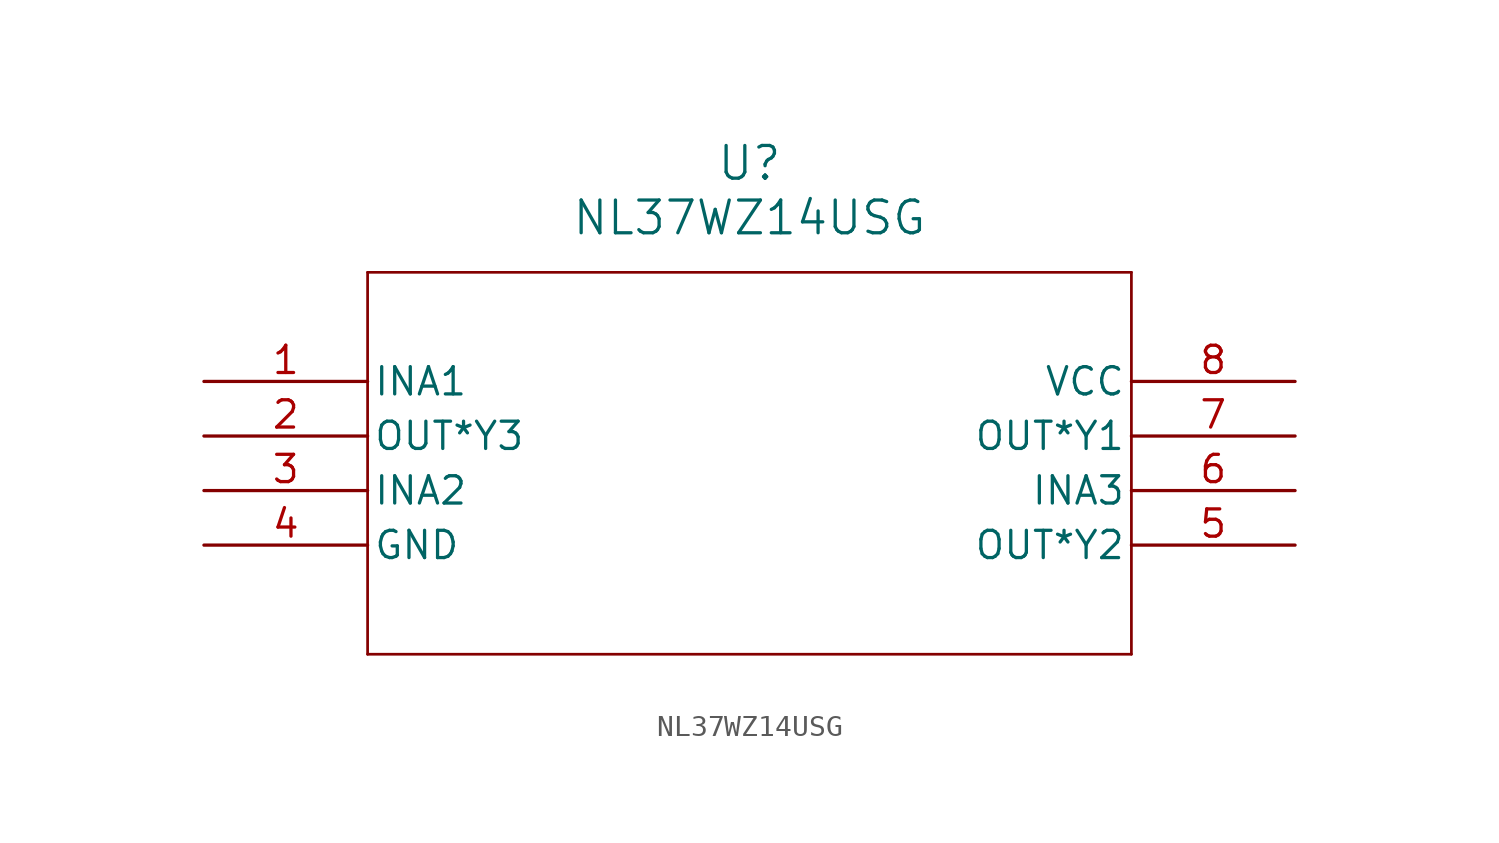
<source format=kicad_sym>
(kicad_symbol_lib
  (version 20211014)
  (generator kicad_symbol_editor)
  (symbol "NL37WZ14USG"
    (pin_names
      (offset 0.254))
    (property "Reference" "U"
      (at 25.4 10.16 0)
      (effects (font (size 1.524 1.524))))
    (property "Value" "NL37WZ14USG"
      (at 25.4 7.62 0)
      (effects (font (size 1.524 1.524))))
    (symbol "NL37WZ14USG_0_1"
      (polyline (pts (xy 7.62 5.08) (xy 7.62 -12.7)) (stroke (width 0.127) (type default) (color 0 0 0 0)) (fill (type none)))
      (polyline (pts (xy 7.62 -12.7) (xy 43.18 -12.7)) (stroke (width 0.127) (type default) (color 0 0 0 0)) (fill (type none)))
      (polyline (pts (xy 43.18 -12.7) (xy 43.18 5.08)) (stroke (width 0.127) (type default) (color 0 0 0 0)) (fill (type none)))
      (polyline (pts (xy 43.18 5.08) (xy 7.62 5.08)) (stroke (width 0.127) (type default) (color 0 0 0 0)) (fill (type none)))
      (pin input line (at 0 0 0) (length 7.62) (name "INA1" (effects (font (size 1.27 1.27)))) (number "1" (effects (font (size 1.27 1.27)))))
      (pin output line (at 0 -2.54 0) (length 7.62) (name "OUT*Y3" (effects (font (size 1.27 1.27)))) (number "2" (effects (font (size 1.27 1.27)))))
      (pin input line (at 0 -5.08 0) (length 7.62) (name "INA2" (effects (font (size 1.27 1.27)))) (number "3" (effects (font (size 1.27 1.27)))))
      (pin power_in line (at 0 -7.62 0) (length 7.62) (name "GND" (effects (font (size 1.27 1.27)))) (number "4" (effects (font (size 1.27 1.27)))))
      (pin output line (at 50.8 -7.62 180) (length 7.62) (name "OUT*Y2" (effects (font (size 1.27 1.27)))) (number "5" (effects (font (size 1.27 1.27)))))
      (pin input line (at 50.8 -5.08 180) (length 7.62) (name "INA3" (effects (font (size 1.27 1.27)))) (number "6" (effects (font (size 1.27 1.27)))))
      (pin output line (at 50.8 -2.54 180) (length 7.62) (name "OUT*Y1" (effects (font (size 1.27 1.27)))) (number "7" (effects (font (size 1.27 1.27)))))
      (pin power_in line (at 50.8 0 180) (length 7.62) (name "VCC" (effects (font (size 1.27 1.27)))) (number "8" (effects (font (size 1.27 1.27))))))))
</source>
